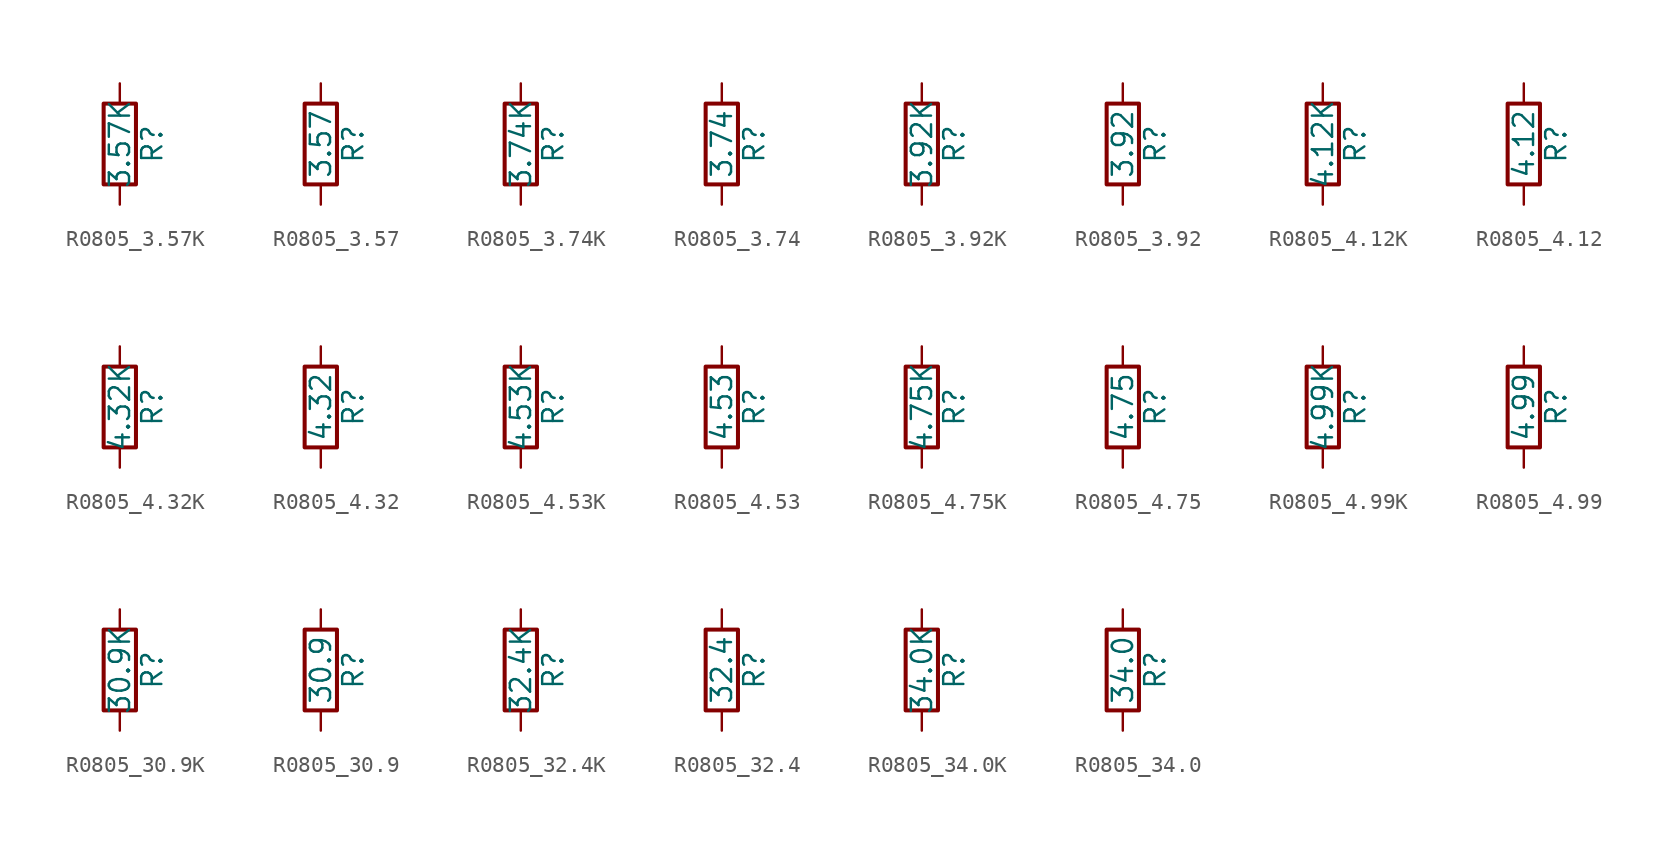
<source format=kicad_sym>
(kicad_symbol_lib
  (version 20211014)
  (generator atlantix-eda)
  (symbol "R0805_3.57K"
    (pin_numbers hide)
    (pin_names
      (offset 0))
    (property "Reference" "R"
      (at 2.032 0 90)
      (effects (font (size 1.27 1.27))))
    (property "Value" "3.57K"
      (at 0 0 90)
      (effects (font (size 1.27 1.27))))
    (symbol "R0805_3.57K_0_1"
      (rectangle (start -1.016 -2.54) (end 1.016 2.54) (stroke (width 0.254) (type default) (color 0 0 0 0)) (fill (type none))))
    (symbol "R0805_3.57K_1_1"
      (pin passive line (at 0 3.81 270) (length 1.27) (name "~" (effects (font (size 1.27 1.27)))) (number "1" (effects (font (size 1.27 1.27)))))
      (pin passive line (at 0 -3.81 90) (length 1.27) (name "~" (effects (font (size 1.27 1.27)))) (number "2" (effects (font (size 1.27 1.27)))))))
  (symbol "R0805_3.57"
    (pin_numbers hide)
    (pin_names
      (offset 0))
    (property "Reference" "R"
      (at 2.032 0 90)
      (effects (font (size 1.27 1.27))))
    (property "Value" "3.57"
      (at 0 0 90)
      (effects (font (size 1.27 1.27))))
    (symbol "R0805_3.57_0_1"
      (rectangle (start -1.016 -2.54) (end 1.016 2.54) (stroke (width 0.254) (type default) (color 0 0 0 0)) (fill (type none))))
    (symbol "R0805_3.57_1_1"
      (pin passive line (at 0 3.81 270) (length 1.27) (name "~" (effects (font (size 1.27 1.27)))) (number "1" (effects (font (size 1.27 1.27)))))
      (pin passive line (at 0 -3.81 90) (length 1.27) (name "~" (effects (font (size 1.27 1.27)))) (number "2" (effects (font (size 1.27 1.27)))))))
  (symbol "R0805_3.74K"
    (pin_numbers hide)
    (pin_names
      (offset 0))
    (property "Reference" "R"
      (at 2.032 0 90)
      (effects (font (size 1.27 1.27))))
    (property "Value" "3.74K"
      (at 0 0 90)
      (effects (font (size 1.27 1.27))))
    (symbol "R0805_3.74K_0_1"
      (rectangle (start -1.016 -2.54) (end 1.016 2.54) (stroke (width 0.254) (type default) (color 0 0 0 0)) (fill (type none))))
    (symbol "R0805_3.74K_1_1"
      (pin passive line (at 0 3.81 270) (length 1.27) (name "~" (effects (font (size 1.27 1.27)))) (number "1" (effects (font (size 1.27 1.27)))))
      (pin passive line (at 0 -3.81 90) (length 1.27) (name "~" (effects (font (size 1.27 1.27)))) (number "2" (effects (font (size 1.27 1.27)))))))
  (symbol "R0805_3.74"
    (pin_numbers hide)
    (pin_names
      (offset 0))
    (property "Reference" "R"
      (at 2.032 0 90)
      (effects (font (size 1.27 1.27))))
    (property "Value" "3.74"
      (at 0 0 90)
      (effects (font (size 1.27 1.27))))
    (symbol "R0805_3.74_0_1"
      (rectangle (start -1.016 -2.54) (end 1.016 2.54) (stroke (width 0.254) (type default) (color 0 0 0 0)) (fill (type none))))
    (symbol "R0805_3.74_1_1"
      (pin passive line (at 0 3.81 270) (length 1.27) (name "~" (effects (font (size 1.27 1.27)))) (number "1" (effects (font (size 1.27 1.27)))))
      (pin passive line (at 0 -3.81 90) (length 1.27) (name "~" (effects (font (size 1.27 1.27)))) (number "2" (effects (font (size 1.27 1.27)))))))
  (symbol "R0805_3.92K"
    (pin_numbers hide)
    (pin_names
      (offset 0))
    (property "Reference" "R"
      (at 2.032 0 90)
      (effects (font (size 1.27 1.27))))
    (property "Value" "3.92K"
      (at 0 0 90)
      (effects (font (size 1.27 1.27))))
    (symbol "R0805_3.92K_0_1"
      (rectangle (start -1.016 -2.54) (end 1.016 2.54) (stroke (width 0.254) (type default) (color 0 0 0 0)) (fill (type none))))
    (symbol "R0805_3.92K_1_1"
      (pin passive line (at 0 3.81 270) (length 1.27) (name "~" (effects (font (size 1.27 1.27)))) (number "1" (effects (font (size 1.27 1.27)))))
      (pin passive line (at 0 -3.81 90) (length 1.27) (name "~" (effects (font (size 1.27 1.27)))) (number "2" (effects (font (size 1.27 1.27)))))))
  (symbol "R0805_3.92"
    (pin_numbers hide)
    (pin_names
      (offset 0))
    (property "Reference" "R"
      (at 2.032 0 90)
      (effects (font (size 1.27 1.27))))
    (property "Value" "3.92"
      (at 0 0 90)
      (effects (font (size 1.27 1.27))))
    (symbol "R0805_3.92_0_1"
      (rectangle (start -1.016 -2.54) (end 1.016 2.54) (stroke (width 0.254) (type default) (color 0 0 0 0)) (fill (type none))))
    (symbol "R0805_3.92_1_1"
      (pin passive line (at 0 3.81 270) (length 1.27) (name "~" (effects (font (size 1.27 1.27)))) (number "1" (effects (font (size 1.27 1.27)))))
      (pin passive line (at 0 -3.81 90) (length 1.27) (name "~" (effects (font (size 1.27 1.27)))) (number "2" (effects (font (size 1.27 1.27)))))))
  (symbol "R0805_4.12K"
    (pin_numbers hide)
    (pin_names
      (offset 0))
    (property "Reference" "R"
      (at 2.032 0 90)
      (effects (font (size 1.27 1.27))))
    (property "Value" "4.12K"
      (at 0 0 90)
      (effects (font (size 1.27 1.27))))
    (symbol "R0805_4.12K_0_1"
      (rectangle (start -1.016 -2.54) (end 1.016 2.54) (stroke (width 0.254) (type default) (color 0 0 0 0)) (fill (type none))))
    (symbol "R0805_4.12K_1_1"
      (pin passive line (at 0 3.81 270) (length 1.27) (name "~" (effects (font (size 1.27 1.27)))) (number "1" (effects (font (size 1.27 1.27)))))
      (pin passive line (at 0 -3.81 90) (length 1.27) (name "~" (effects (font (size 1.27 1.27)))) (number "2" (effects (font (size 1.27 1.27)))))))
  (symbol "R0805_4.12"
    (pin_numbers hide)
    (pin_names
      (offset 0))
    (property "Reference" "R"
      (at 2.032 0 90)
      (effects (font (size 1.27 1.27))))
    (property "Value" "4.12"
      (at 0 0 90)
      (effects (font (size 1.27 1.27))))
    (symbol "R0805_4.12_0_1"
      (rectangle (start -1.016 -2.54) (end 1.016 2.54) (stroke (width 0.254) (type default) (color 0 0 0 0)) (fill (type none))))
    (symbol "R0805_4.12_1_1"
      (pin passive line (at 0 3.81 270) (length 1.27) (name "~" (effects (font (size 1.27 1.27)))) (number "1" (effects (font (size 1.27 1.27)))))
      (pin passive line (at 0 -3.81 90) (length 1.27) (name "~" (effects (font (size 1.27 1.27)))) (number "2" (effects (font (size 1.27 1.27)))))))
  (symbol "R0805_4.32K"
    (pin_numbers hide)
    (pin_names
      (offset 0))
    (property "Reference" "R"
      (at 2.032 0 90)
      (effects (font (size 1.27 1.27))))
    (property "Value" "4.32K"
      (at 0 0 90)
      (effects (font (size 1.27 1.27))))
    (symbol "R0805_4.32K_0_1"
      (rectangle (start -1.016 -2.54) (end 1.016 2.54) (stroke (width 0.254) (type default) (color 0 0 0 0)) (fill (type none))))
    (symbol "R0805_4.32K_1_1"
      (pin passive line (at 0 3.81 270) (length 1.27) (name "~" (effects (font (size 1.27 1.27)))) (number "1" (effects (font (size 1.27 1.27)))))
      (pin passive line (at 0 -3.81 90) (length 1.27) (name "~" (effects (font (size 1.27 1.27)))) (number "2" (effects (font (size 1.27 1.27)))))))
  (symbol "R0805_4.32"
    (pin_numbers hide)
    (pin_names
      (offset 0))
    (property "Reference" "R"
      (at 2.032 0 90)
      (effects (font (size 1.27 1.27))))
    (property "Value" "4.32"
      (at 0 0 90)
      (effects (font (size 1.27 1.27))))
    (symbol "R0805_4.32_0_1"
      (rectangle (start -1.016 -2.54) (end 1.016 2.54) (stroke (width 0.254) (type default) (color 0 0 0 0)) (fill (type none))))
    (symbol "R0805_4.32_1_1"
      (pin passive line (at 0 3.81 270) (length 1.27) (name "~" (effects (font (size 1.27 1.27)))) (number "1" (effects (font (size 1.27 1.27)))))
      (pin passive line (at 0 -3.81 90) (length 1.27) (name "~" (effects (font (size 1.27 1.27)))) (number "2" (effects (font (size 1.27 1.27)))))))
  (symbol "R0805_4.53K"
    (pin_numbers hide)
    (pin_names
      (offset 0))
    (property "Reference" "R"
      (at 2.032 0 90)
      (effects (font (size 1.27 1.27))))
    (property "Value" "4.53K"
      (at 0 0 90)
      (effects (font (size 1.27 1.27))))
    (symbol "R0805_4.53K_0_1"
      (rectangle (start -1.016 -2.54) (end 1.016 2.54) (stroke (width 0.254) (type default) (color 0 0 0 0)) (fill (type none))))
    (symbol "R0805_4.53K_1_1"
      (pin passive line (at 0 3.81 270) (length 1.27) (name "~" (effects (font (size 1.27 1.27)))) (number "1" (effects (font (size 1.27 1.27)))))
      (pin passive line (at 0 -3.81 90) (length 1.27) (name "~" (effects (font (size 1.27 1.27)))) (number "2" (effects (font (size 1.27 1.27)))))))
  (symbol "R0805_4.53"
    (pin_numbers hide)
    (pin_names
      (offset 0))
    (property "Reference" "R"
      (at 2.032 0 90)
      (effects (font (size 1.27 1.27))))
    (property "Value" "4.53"
      (at 0 0 90)
      (effects (font (size 1.27 1.27))))
    (symbol "R0805_4.53_0_1"
      (rectangle (start -1.016 -2.54) (end 1.016 2.54) (stroke (width 0.254) (type default) (color 0 0 0 0)) (fill (type none))))
    (symbol "R0805_4.53_1_1"
      (pin passive line (at 0 3.81 270) (length 1.27) (name "~" (effects (font (size 1.27 1.27)))) (number "1" (effects (font (size 1.27 1.27)))))
      (pin passive line (at 0 -3.81 90) (length 1.27) (name "~" (effects (font (size 1.27 1.27)))) (number "2" (effects (font (size 1.27 1.27)))))))
  (symbol "R0805_4.75K"
    (pin_numbers hide)
    (pin_names
      (offset 0))
    (property "Reference" "R"
      (at 2.032 0 90)
      (effects (font (size 1.27 1.27))))
    (property "Value" "4.75K"
      (at 0 0 90)
      (effects (font (size 1.27 1.27))))
    (symbol "R0805_4.75K_0_1"
      (rectangle (start -1.016 -2.54) (end 1.016 2.54) (stroke (width 0.254) (type default) (color 0 0 0 0)) (fill (type none))))
    (symbol "R0805_4.75K_1_1"
      (pin passive line (at 0 3.81 270) (length 1.27) (name "~" (effects (font (size 1.27 1.27)))) (number "1" (effects (font (size 1.27 1.27)))))
      (pin passive line (at 0 -3.81 90) (length 1.27) (name "~" (effects (font (size 1.27 1.27)))) (number "2" (effects (font (size 1.27 1.27)))))))
  (symbol "R0805_4.75"
    (pin_numbers hide)
    (pin_names
      (offset 0))
    (property "Reference" "R"
      (at 2.032 0 90)
      (effects (font (size 1.27 1.27))))
    (property "Value" "4.75"
      (at 0 0 90)
      (effects (font (size 1.27 1.27))))
    (symbol "R0805_4.75_0_1"
      (rectangle (start -1.016 -2.54) (end 1.016 2.54) (stroke (width 0.254) (type default) (color 0 0 0 0)) (fill (type none))))
    (symbol "R0805_4.75_1_1"
      (pin passive line (at 0 3.81 270) (length 1.27) (name "~" (effects (font (size 1.27 1.27)))) (number "1" (effects (font (size 1.27 1.27)))))
      (pin passive line (at 0 -3.81 90) (length 1.27) (name "~" (effects (font (size 1.27 1.27)))) (number "2" (effects (font (size 1.27 1.27)))))))
  (symbol "R0805_4.99K"
    (pin_numbers hide)
    (pin_names
      (offset 0))
    (property "Reference" "R"
      (at 2.032 0 90)
      (effects (font (size 1.27 1.27))))
    (property "Value" "4.99K"
      (at 0 0 90)
      (effects (font (size 1.27 1.27))))
    (symbol "R0805_4.99K_0_1"
      (rectangle (start -1.016 -2.54) (end 1.016 2.54) (stroke (width 0.254) (type default) (color 0 0 0 0)) (fill (type none))))
    (symbol "R0805_4.99K_1_1"
      (pin passive line (at 0 3.81 270) (length 1.27) (name "~" (effects (font (size 1.27 1.27)))) (number "1" (effects (font (size 1.27 1.27)))))
      (pin passive line (at 0 -3.81 90) (length 1.27) (name "~" (effects (font (size 1.27 1.27)))) (number "2" (effects (font (size 1.27 1.27)))))))
  (symbol "R0805_4.99"
    (pin_numbers hide)
    (pin_names
      (offset 0))
    (property "Reference" "R"
      (at 2.032 0 90)
      (effects (font (size 1.27 1.27))))
    (property "Value" "4.99"
      (at 0 0 90)
      (effects (font (size 1.27 1.27))))
    (symbol "R0805_4.99_0_1"
      (rectangle (start -1.016 -2.54) (end 1.016 2.54) (stroke (width 0.254) (type default) (color 0 0 0 0)) (fill (type none))))
    (symbol "R0805_4.99_1_1"
      (pin passive line (at 0 3.81 270) (length 1.27) (name "~" (effects (font (size 1.27 1.27)))) (number "1" (effects (font (size 1.27 1.27)))))
      (pin passive line (at 0 -3.81 90) (length 1.27) (name "~" (effects (font (size 1.27 1.27)))) (number "2" (effects (font (size 1.27 1.27)))))))
  (symbol "R0805_30.9K"
    (pin_numbers hide)
    (pin_names
      (offset 0))
    (property "Reference" "R"
      (at 2.032 0 90)
      (effects (font (size 1.27 1.27))))
    (property "Value" "30.9K"
      (at 0 0 90)
      (effects (font (size 1.27 1.27))))
    (symbol "R0805_30.9K_0_1"
      (rectangle (start -1.016 -2.54) (end 1.016 2.54) (stroke (width 0.254) (type default) (color 0 0 0 0)) (fill (type none))))
    (symbol "R0805_30.9K_1_1"
      (pin passive line (at 0 3.81 270) (length 1.27) (name "~" (effects (font (size 1.27 1.27)))) (number "1" (effects (font (size 1.27 1.27)))))
      (pin passive line (at 0 -3.81 90) (length 1.27) (name "~" (effects (font (size 1.27 1.27)))) (number "2" (effects (font (size 1.27 1.27)))))))
  (symbol "R0805_30.9"
    (pin_numbers hide)
    (pin_names
      (offset 0))
    (property "Reference" "R"
      (at 2.032 0 90)
      (effects (font (size 1.27 1.27))))
    (property "Value" "30.9"
      (at 0 0 90)
      (effects (font (size 1.27 1.27))))
    (symbol "R0805_30.9_0_1"
      (rectangle (start -1.016 -2.54) (end 1.016 2.54) (stroke (width 0.254) (type default) (color 0 0 0 0)) (fill (type none))))
    (symbol "R0805_30.9_1_1"
      (pin passive line (at 0 3.81 270) (length 1.27) (name "~" (effects (font (size 1.27 1.27)))) (number "1" (effects (font (size 1.27 1.27)))))
      (pin passive line (at 0 -3.81 90) (length 1.27) (name "~" (effects (font (size 1.27 1.27)))) (number "2" (effects (font (size 1.27 1.27)))))))
  (symbol "R0805_32.4K"
    (pin_numbers hide)
    (pin_names
      (offset 0))
    (property "Reference" "R"
      (at 2.032 0 90)
      (effects (font (size 1.27 1.27))))
    (property "Value" "32.4K"
      (at 0 0 90)
      (effects (font (size 1.27 1.27))))
    (symbol "R0805_32.4K_0_1"
      (rectangle (start -1.016 -2.54) (end 1.016 2.54) (stroke (width 0.254) (type default) (color 0 0 0 0)) (fill (type none))))
    (symbol "R0805_32.4K_1_1"
      (pin passive line (at 0 3.81 270) (length 1.27) (name "~" (effects (font (size 1.27 1.27)))) (number "1" (effects (font (size 1.27 1.27)))))
      (pin passive line (at 0 -3.81 90) (length 1.27) (name "~" (effects (font (size 1.27 1.27)))) (number "2" (effects (font (size 1.27 1.27)))))))
  (symbol "R0805_32.4"
    (pin_numbers hide)
    (pin_names
      (offset 0))
    (property "Reference" "R"
      (at 2.032 0 90)
      (effects (font (size 1.27 1.27))))
    (property "Value" "32.4"
      (at 0 0 90)
      (effects (font (size 1.27 1.27))))
    (symbol "R0805_32.4_0_1"
      (rectangle (start -1.016 -2.54) (end 1.016 2.54) (stroke (width 0.254) (type default) (color 0 0 0 0)) (fill (type none))))
    (symbol "R0805_32.4_1_1"
      (pin passive line (at 0 3.81 270) (length 1.27) (name "~" (effects (font (size 1.27 1.27)))) (number "1" (effects (font (size 1.27 1.27)))))
      (pin passive line (at 0 -3.81 90) (length 1.27) (name "~" (effects (font (size 1.27 1.27)))) (number "2" (effects (font (size 1.27 1.27)))))))
  (symbol "R0805_34.0K"
    (pin_numbers hide)
    (pin_names
      (offset 0))
    (property "Reference" "R"
      (at 2.032 0 90)
      (effects (font (size 1.27 1.27))))
    (property "Value" "34.0K"
      (at 0 0 90)
      (effects (font (size 1.27 1.27))))
    (symbol "R0805_34.0K_0_1"
      (rectangle (start -1.016 -2.54) (end 1.016 2.54) (stroke (width 0.254) (type default) (color 0 0 0 0)) (fill (type none))))
    (symbol "R0805_34.0K_1_1"
      (pin passive line (at 0 3.81 270) (length 1.27) (name "~" (effects (font (size 1.27 1.27)))) (number "1" (effects (font (size 1.27 1.27)))))
      (pin passive line (at 0 -3.81 90) (length 1.27) (name "~" (effects (font (size 1.27 1.27)))) (number "2" (effects (font (size 1.27 1.27)))))))
  (symbol "R0805_34.0"
    (pin_numbers hide)
    (pin_names
      (offset 0))
    (property "Reference" "R"
      (at 2.032 0 90)
      (effects (font (size 1.27 1.27))))
    (property "Value" "34.0"
      (at 0 0 90)
      (effects (font (size 1.27 1.27))))
    (symbol "R0805_34.0_0_1"
      (rectangle (start -1.016 -2.54) (end 1.016 2.54) (stroke (width 0.254) (type default) (color 0 0 0 0)) (fill (type none))))
    (symbol "R0805_34.0_1_1"
      (pin passive line (at 0 3.81 270) (length 1.27) (name "~" (effects (font (size 1.27 1.27)))) (number "1" (effects (font (size 1.27 1.27)))))
      (pin passive line (at 0 -3.81 90) (length 1.27) (name "~" (effects (font (size 1.27 1.27)))) (number "2" (effects (font (size 1.27 1.27))))))))
</source>
